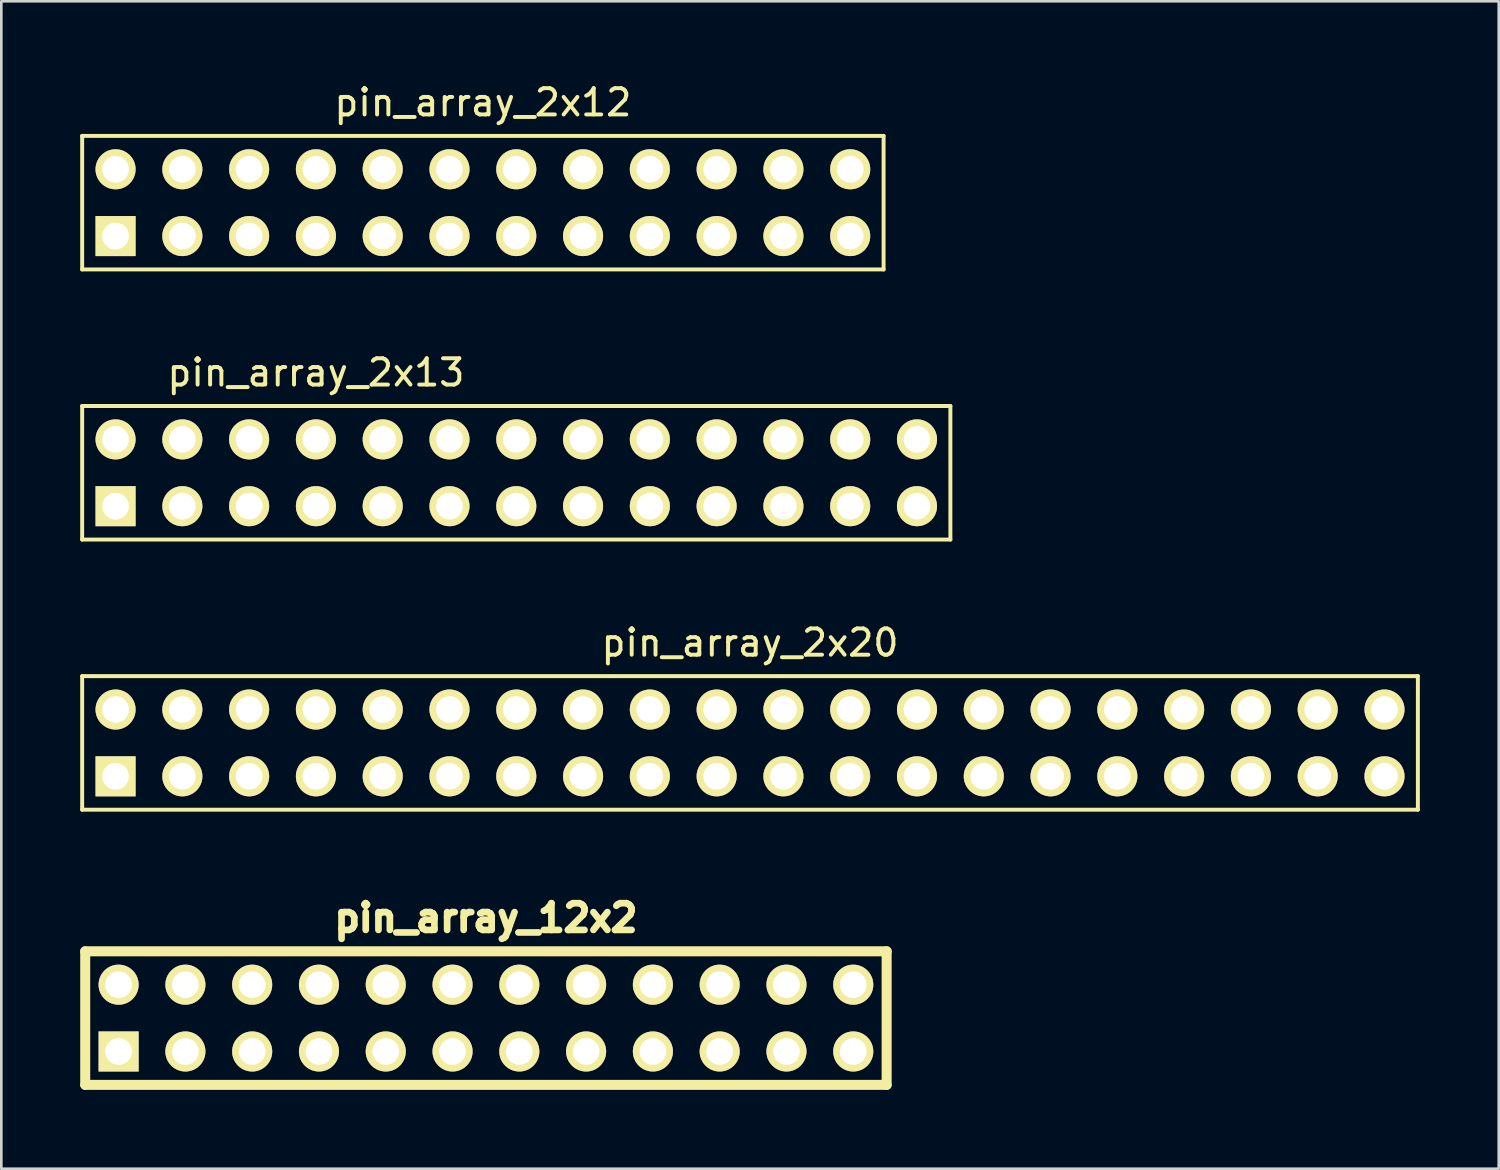
<source format=kicad_pcb>
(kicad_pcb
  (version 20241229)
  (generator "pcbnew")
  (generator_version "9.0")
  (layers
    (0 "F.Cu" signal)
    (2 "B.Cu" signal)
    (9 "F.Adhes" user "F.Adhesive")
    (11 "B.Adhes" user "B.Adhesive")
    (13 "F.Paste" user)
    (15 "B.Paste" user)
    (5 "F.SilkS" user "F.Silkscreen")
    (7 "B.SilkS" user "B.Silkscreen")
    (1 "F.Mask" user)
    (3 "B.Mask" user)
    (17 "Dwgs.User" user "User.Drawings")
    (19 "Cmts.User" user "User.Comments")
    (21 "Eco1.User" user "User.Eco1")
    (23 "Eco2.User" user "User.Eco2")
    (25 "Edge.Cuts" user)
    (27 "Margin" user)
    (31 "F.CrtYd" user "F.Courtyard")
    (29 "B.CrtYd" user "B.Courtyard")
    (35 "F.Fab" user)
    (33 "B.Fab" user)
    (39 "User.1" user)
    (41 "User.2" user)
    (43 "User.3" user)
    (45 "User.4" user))
  (footprint "pin_array_12x2"
    (layer "F.Cu")
    (at 15.431 35.67)
    (property "Reference" "pin_array_12x2" (at 0 -3.81 0) (layer "F.SilkS") (effects (font (size 1.016 1.016) (thickness 0.274))))
    (attr through_hole)
    (fp_line (start -15.24 -2.54) (end -15.24 2.54) (stroke (width 0.381) (type solid)) (layer "F.SilkS"))
    (fp_line (start -15.24 2.54) (end 15.24 2.54) (stroke (width 0.381) (type solid)) (layer "F.SilkS"))
    (fp_line (start 15.24 -2.54) (end -15.24 -2.54) (stroke (width 0.381) (type solid)) (layer "F.SilkS"))
    (fp_line (start 15.24 2.54) (end 15.24 -2.54) (stroke (width 0.381) (type solid)) (layer "F.SilkS"))
    (pad "1" thru_hole rect (at -13.97 1.27) (size 1.524 1.524) (drill 1.016) (layers "*.Cu" "*.Mask" "F.SilkS"))
    (pad "2" thru_hole circle (at -13.97 -1.27) (size 1.524 1.524) (drill 1.016) (layers "*.Cu" "*.Mask" "F.SilkS"))
    (pad "3" thru_hole circle (at -11.43 1.27) (size 1.524 1.524) (drill 1.016) (layers "*.Cu" "*.Mask" "F.SilkS"))
    (pad "4" thru_hole circle (at -11.43 -1.27) (size 1.524 1.524) (drill 1.016) (layers "*.Cu" "*.Mask" "F.SilkS"))
    (pad "5" thru_hole circle (at -8.89 1.27) (size 1.524 1.524) (drill 1.016) (layers "*.Cu" "*.Mask" "F.SilkS"))
    (pad "6" thru_hole circle (at -8.89 -1.27) (size 1.524 1.524) (drill 1.016) (layers "*.Cu" "*.Mask" "F.SilkS"))
    (pad "7" thru_hole circle (at -6.35 1.27) (size 1.524 1.524) (drill 1.016) (layers "*.Cu" "*.Mask" "F.SilkS"))
    (pad "8" thru_hole circle (at -6.35 -1.27) (size 1.524 1.524) (drill 1.016) (layers "*.Cu" "*.Mask" "F.SilkS"))
    (pad "9" thru_hole circle (at -3.81 1.27) (size 1.524 1.524) (drill 1.016) (layers "*.Cu" "*.Mask" "F.SilkS"))
    (pad "10" thru_hole circle (at -3.81 -1.27) (size 1.524 1.524) (drill 1.016) (layers "*.Cu" "*.Mask" "F.SilkS"))
    (pad "11" thru_hole circle (at -1.27 1.27) (size 1.524 1.524) (drill 1.016) (layers "*.Cu" "*.Mask" "F.SilkS"))
    (pad "12" thru_hole circle (at -1.27 -1.27) (size 1.524 1.524) (drill 1.016) (layers "*.Cu" "*.Mask" "F.SilkS"))
    (pad "13" thru_hole circle (at 1.27 1.27) (size 1.524 1.524) (drill 1.016) (layers "*.Cu" "*.Mask" "F.SilkS"))
    (pad "14" thru_hole circle (at 1.27 -1.27) (size 1.524 1.524) (drill 1.016) (layers "*.Cu" "*.Mask" "F.SilkS"))
    (pad "15" thru_hole circle (at 3.81 1.27) (size 1.524 1.524) (drill 1.016) (layers "*.Cu" "*.Mask" "F.SilkS"))
    (pad "16" thru_hole circle (at 3.81 -1.27) (size 1.524 1.524) (drill 1.016) (layers "*.Cu" "*.Mask" "F.SilkS"))
    (pad "17" thru_hole circle (at 6.35 1.27) (size 1.524 1.524) (drill 1.016) (layers "*.Cu" "*.Mask" "F.SilkS"))
    (pad "18" thru_hole circle (at 6.35 -1.27) (size 1.524 1.524) (drill 1.016) (layers "*.Cu" "*.Mask" "F.SilkS"))
    (pad "19" thru_hole circle (at 8.89 1.27) (size 1.524 1.524) (drill 1.016) (layers "*.Cu" "*.Mask" "F.SilkS"))
    (pad "20" thru_hole circle (at 8.89 -1.27) (size 1.524 1.524) (drill 1.016) (layers "*.Cu" "*.Mask" "F.SilkS"))
    (pad "21" thru_hole circle (at 11.43 1.27) (size 1.524 1.524) (drill 1.016) (layers "*.Cu" "*.Mask" "F.SilkS"))
    (pad "22" thru_hole circle (at 11.43 -1.27) (size 1.524 1.524) (drill 1.016) (layers "*.Cu" "*.Mask" "F.SilkS"))
    (pad "23" thru_hole circle (at 13.97 1.27) (size 1.524 1.524) (drill 1.016) (layers "*.Cu" "*.Mask" "F.SilkS"))
    (pad "24" thru_hole circle (at 13.97 -1.27) (size 1.524 1.524) (drill 1.016) (layers "*.Cu" "*.Mask" "F.SilkS")))
  (footprint "pin_array_2x12"
    (layer "F.Cu")
    (at 15.315 4.658)
    (property "Reference" "pin_array_2x12" (at 0 -3.81 0) (layer "F.SilkS") (effects (font (size 1 1) (thickness 0.15))))
    (attr through_hole)
    (fp_line (start -15.24 -2.54) (end -15.24 2.54) (stroke (width 0.15) (type solid)) (layer "F.SilkS"))
    (fp_line (start -15.24 2.54) (end 15.24 2.54) (stroke (width 0.15) (type solid)) (layer "F.SilkS"))
    (fp_line (start 15.24 -2.54) (end -15.24 -2.54) (stroke (width 0.15) (type solid)) (layer "F.SilkS"))
    (fp_line (start 15.24 2.54) (end 15.24 -2.54) (stroke (width 0.15) (type solid)) (layer "F.SilkS"))
    (pad "1" thru_hole rect (at -13.97 1.27) (size 1.524 1.524) (drill 1.016) (layers "*.Cu" "*.Mask" "F.SilkS"))
    (pad "2" thru_hole circle (at -13.97 -1.27) (size 1.524 1.524) (drill 1.016) (layers "*.Cu" "*.Mask" "F.SilkS"))
    (pad "3" thru_hole circle (at -11.43 1.27) (size 1.524 1.524) (drill 1.016) (layers "*.Cu" "*.Mask" "F.SilkS"))
    (pad "4" thru_hole circle (at -11.43 -1.27) (size 1.524 1.524) (drill 1.016) (layers "*.Cu" "*.Mask" "F.SilkS"))
    (pad "5" thru_hole circle (at -8.89 1.27) (size 1.524 1.524) (drill 1.016) (layers "*.Cu" "*.Mask" "F.SilkS"))
    (pad "6" thru_hole circle (at -8.89 -1.27) (size 1.524 1.524) (drill 1.016) (layers "*.Cu" "*.Mask" "F.SilkS"))
    (pad "7" thru_hole circle (at -6.35 1.27) (size 1.524 1.524) (drill 1.016) (layers "*.Cu" "*.Mask" "F.SilkS"))
    (pad "8" thru_hole circle (at -6.35 -1.27) (size 1.524 1.524) (drill 1.016) (layers "*.Cu" "*.Mask" "F.SilkS"))
    (pad "9" thru_hole circle (at -3.81 1.27) (size 1.524 1.524) (drill 1.016) (layers "*.Cu" "*.Mask" "F.SilkS"))
    (pad "10" thru_hole circle (at -3.81 -1.27) (size 1.524 1.524) (drill 1.016) (layers "*.Cu" "*.Mask" "F.SilkS"))
    (pad "11" thru_hole circle (at -1.27 1.27) (size 1.524 1.524) (drill 1.016) (layers "*.Cu" "*.Mask" "F.SilkS"))
    (pad "12" thru_hole circle (at -1.27 -1.27) (size 1.524 1.524) (drill 1.016) (layers "*.Cu" "*.Mask" "F.SilkS"))
    (pad "13" thru_hole circle (at 1.27 1.27) (size 1.524 1.524) (drill 1.016) (layers "*.Cu" "*.Mask" "F.SilkS"))
    (pad "14" thru_hole circle (at 1.27 -1.27) (size 1.524 1.524) (drill 1.016) (layers "*.Cu" "*.Mask" "F.SilkS"))
    (pad "15" thru_hole circle (at 3.81 1.27) (size 1.524 1.524) (drill 1.016) (layers "*.Cu" "*.Mask" "F.SilkS"))
    (pad "16" thru_hole circle (at 3.81 -1.27) (size 1.524 1.524) (drill 1.016) (layers "*.Cu" "*.Mask" "F.SilkS"))
    (pad "17" thru_hole circle (at 6.35 1.27) (size 1.524 1.524) (drill 1.016) (layers "*.Cu" "*.Mask" "F.SilkS"))
    (pad "18" thru_hole circle (at 6.35 -1.27) (size 1.524 1.524) (drill 1.016) (layers "*.Cu" "*.Mask" "F.SilkS"))
    (pad "19" thru_hole circle (at 8.89 1.27) (size 1.524 1.524) (drill 1.016) (layers "*.Cu" "*.Mask" "F.SilkS"))
    (pad "20" thru_hole circle (at 8.89 -1.27) (size 1.524 1.524) (drill 1.016) (layers "*.Cu" "*.Mask" "F.SilkS"))
    (pad "21" thru_hole circle (at 11.43 1.27) (size 1.524 1.524) (drill 1.016) (layers "*.Cu" "*.Mask" "F.SilkS"))
    (pad "22" thru_hole circle (at 11.43 -1.27) (size 1.524 1.524) (drill 1.016) (layers "*.Cu" "*.Mask" "F.SilkS"))
    (pad "23" thru_hole circle (at 13.97 1.27) (size 1.524 1.524) (drill 1.016) (layers "*.Cu" "*.Mask" "F.SilkS"))
    (pad "24" thru_hole circle (at 13.97 -1.27) (size 1.524 1.524) (drill 1.016) (layers "*.Cu" "*.Mask" "F.SilkS")))
  (footprint "pin_array_2x20"
    (layer "F.Cu")
    (at 25.475 25.205)
    (property "Reference" "pin_array_2x20" (at 0 -3.81 0) (layer "F.SilkS") (effects (font (size 1 1) (thickness 0.15))))
    (attr through_hole)
    (fp_line (start -25.4 -2.54) (end -25.4 2.54) (stroke (width 0.15) (type solid)) (layer "F.SilkS"))
    (fp_line (start 25.4 -2.54) (end -25.4 -2.54) (stroke (width 0.15) (type solid)) (layer "F.SilkS"))
    (fp_line (start 25.4 -2.54) (end 25.4 2.54) (stroke (width 0.15) (type solid)) (layer "F.SilkS"))
    (fp_line (start 25.4 2.54) (end -25.4 2.54) (stroke (width 0.15) (type solid)) (layer "F.SilkS"))
    (pad "1" thru_hole rect (at -24.13 1.27) (size 1.524 1.524) (drill 1.016) (layers "*.Cu" "*.Mask" "F.SilkS"))
    (pad "2" thru_hole circle (at -24.13 -1.27) (size 1.524 1.524) (drill 1.016) (layers "*.Cu" "*.Mask" "F.SilkS"))
    (pad "3" thru_hole circle (at -21.59 1.27) (size 1.524 1.524) (drill 1.016) (layers "*.Cu" "*.Mask" "F.SilkS"))
    (pad "4" thru_hole circle (at -21.59 -1.27) (size 1.524 1.524) (drill 1.016) (layers "*.Cu" "*.Mask" "F.SilkS"))
    (pad "5" thru_hole circle (at -19.05 1.27) (size 1.524 1.524) (drill 1.016) (layers "*.Cu" "*.Mask" "F.SilkS"))
    (pad "6" thru_hole circle (at -19.05 -1.27) (size 1.524 1.524) (drill 1.016) (layers "*.Cu" "*.Mask" "F.SilkS"))
    (pad "7" thru_hole circle (at -16.51 1.27) (size 1.524 1.524) (drill 1.016) (layers "*.Cu" "*.Mask" "F.SilkS"))
    (pad "8" thru_hole circle (at -16.51 -1.27) (size 1.524 1.524) (drill 1.016) (layers "*.Cu" "*.Mask" "F.SilkS"))
    (pad "9" thru_hole circle (at -13.97 1.27) (size 1.524 1.524) (drill 1.016) (layers "*.Cu" "*.Mask" "F.SilkS"))
    (pad "10" thru_hole circle (at -13.97 -1.27) (size 1.524 1.524) (drill 1.016) (layers "*.Cu" "*.Mask" "F.SilkS"))
    (pad "11" thru_hole circle (at -11.43 1.27) (size 1.524 1.524) (drill 1.016) (layers "*.Cu" "*.Mask" "F.SilkS"))
    (pad "12" thru_hole circle (at -11.43 -1.27) (size 1.524 1.524) (drill 1.016) (layers "*.Cu" "*.Mask" "F.SilkS"))
    (pad "13" thru_hole circle (at -8.89 1.27) (size 1.524 1.524) (drill 1.016) (layers "*.Cu" "*.Mask" "F.SilkS"))
    (pad "14" thru_hole circle (at -8.89 -1.27) (size 1.524 1.524) (drill 1.016) (layers "*.Cu" "*.Mask" "F.SilkS"))
    (pad "15" thru_hole circle (at -6.35 1.27) (size 1.524 1.524) (drill 1.016) (layers "*.Cu" "*.Mask" "F.SilkS"))
    (pad "16" thru_hole circle (at -6.35 -1.27) (size 1.524 1.524) (drill 1.016) (layers "*.Cu" "*.Mask" "F.SilkS"))
    (pad "17" thru_hole circle (at -3.81 1.27) (size 1.524 1.524) (drill 1.016) (layers "*.Cu" "*.Mask" "F.SilkS"))
    (pad "18" thru_hole circle (at -3.81 -1.27) (size 1.524 1.524) (drill 1.016) (layers "*.Cu" "*.Mask" "F.SilkS"))
    (pad "19" thru_hole circle (at -1.27 1.27) (size 1.524 1.524) (drill 1.016) (layers "*.Cu" "*.Mask" "F.SilkS"))
    (pad "20" thru_hole circle (at -1.27 -1.27) (size 1.524 1.524) (drill 1.016) (layers "*.Cu" "*.Mask" "F.SilkS"))
    (pad "21" thru_hole circle (at 1.27 1.27) (size 1.524 1.524) (drill 1.016) (layers "*.Cu" "*.Mask" "F.SilkS"))
    (pad "22" thru_hole circle (at 1.27 -1.27) (size 1.524 1.524) (drill 1.016) (layers "*.Cu" "*.Mask" "F.SilkS"))
    (pad "23" thru_hole circle (at 3.81 1.27) (size 1.524 1.524) (drill 1.016) (layers "*.Cu" "*.Mask" "F.SilkS"))
    (pad "24" thru_hole circle (at 3.81 -1.27) (size 1.524 1.524) (drill 1.016) (layers "*.Cu" "*.Mask" "F.SilkS"))
    (pad "25" thru_hole circle (at 6.35 1.27) (size 1.524 1.524) (drill 1.016) (layers "*.Cu" "*.Mask" "F.SilkS"))
    (pad "26" thru_hole circle (at 6.35 -1.27) (size 1.524 1.524) (drill 1.016) (layers "*.Cu" "*.Mask" "F.SilkS"))
    (pad "27" thru_hole circle (at 8.89 1.27) (size 1.524 1.524) (drill 1.016) (layers "*.Cu" "*.Mask" "F.SilkS"))
    (pad "28" thru_hole circle (at 8.89 -1.27) (size 1.524 1.524) (drill 1.016) (layers "*.Cu" "*.Mask" "F.SilkS"))
    (pad "29" thru_hole circle (at 11.43 1.27) (size 1.524 1.524) (drill 1.016) (layers "*.Cu" "*.Mask" "F.SilkS"))
    (pad "30" thru_hole circle (at 11.43 -1.27) (size 1.524 1.524) (drill 1.016) (layers "*.Cu" "*.Mask" "F.SilkS"))
    (pad "31" thru_hole circle (at 13.97 1.27) (size 1.524 1.524) (drill 1.016) (layers "*.Cu" "*.Mask" "F.SilkS"))
    (pad "32" thru_hole circle (at 13.97 -1.27) (size 1.524 1.524) (drill 1.016) (layers "*.Cu" "*.Mask" "F.SilkS"))
    (pad "33" thru_hole circle (at 16.51 1.27) (size 1.524 1.524) (drill 1.016) (layers "*.Cu" "*.Mask" "F.SilkS"))
    (pad "34" thru_hole circle (at 16.51 -1.27) (size 1.524 1.524) (drill 1.016) (layers "*.Cu" "*.Mask" "F.SilkS"))
    (pad "35" thru_hole circle (at 19.05 1.27) (size 1.524 1.524) (drill 1.016) (layers "*.Cu" "*.Mask" "F.SilkS"))
    (pad "36" thru_hole circle (at 19.05 -1.27) (size 1.524 1.524) (drill 1.016) (layers "*.Cu" "*.Mask" "F.SilkS"))
    (pad "37" thru_hole circle (at 21.59 1.27) (size 1.524 1.524) (drill 1.016) (layers "*.Cu" "*.Mask" "F.SilkS"))
    (pad "38" thru_hole circle (at 21.59 -1.27) (size 1.524 1.524) (drill 1.016) (layers "*.Cu" "*.Mask" "F.SilkS"))
    (pad "39" thru_hole circle (at 24.13 1.27) (size 1.524 1.524) (drill 1.016) (layers "*.Cu" "*.Mask" "F.SilkS"))
    (pad "40" thru_hole circle (at 24.13 -1.27) (size 1.524 1.524) (drill 1.016) (layers "*.Cu" "*.Mask" "F.SilkS")))
  (footprint "pin_array_2x13"
    (layer "F.Cu")
    (at 16.585 14.931)
    (property "Reference" "pin_array_2x13" (at -7.62 -3.81 0) (layer "F.SilkS") (effects (font (size 1 1) (thickness 0.15))))
    (attr through_hole)
    (fp_line (start -16.51 -2.54) (end -16.51 2.54) (stroke (width 0.15) (type solid)) (layer "F.SilkS"))
    (fp_line (start -16.51 2.54) (end 16.51 2.54) (stroke (width 0.15) (type solid)) (layer "F.SilkS"))
    (fp_line (start 16.51 -2.54) (end -16.51 -2.54) (stroke (width 0.15) (type solid)) (layer "F.SilkS"))
    (fp_line (start 16.51 2.54) (end 16.51 -2.54) (stroke (width 0.15) (type solid)) (layer "F.SilkS"))
    (pad "1" thru_hole rect (at -15.24 1.27) (size 1.524 1.524) (drill 1.016) (layers "*.Cu" "*.Mask" "F.SilkS"))
    (pad "2" thru_hole circle (at -15.24 -1.27) (size 1.524 1.524) (drill 1.016) (layers "*.Cu" "*.Mask" "F.SilkS"))
    (pad "3" thru_hole circle (at -12.7 1.27) (size 1.524 1.524) (drill 1.016) (layers "*.Cu" "*.Mask" "F.SilkS"))
    (pad "4" thru_hole circle (at -12.7 -1.27) (size 1.524 1.524) (drill 1.016) (layers "*.Cu" "*.Mask" "F.SilkS"))
    (pad "5" thru_hole circle (at -10.16 1.27) (size 1.524 1.524) (drill 1.016) (layers "*.Cu" "*.Mask" "F.SilkS"))
    (pad "6" thru_hole circle (at -10.16 -1.27) (size 1.524 1.524) (drill 1.016) (layers "*.Cu" "*.Mask" "F.SilkS"))
    (pad "7" thru_hole circle (at -7.62 1.27) (size 1.524 1.524) (drill 1.016) (layers "*.Cu" "*.Mask" "F.SilkS"))
    (pad "8" thru_hole circle (at -7.62 -1.27) (size 1.524 1.524) (drill 1.016) (layers "*.Cu" "*.Mask" "F.SilkS"))
    (pad "9" thru_hole circle (at -5.08 1.27) (size 1.524 1.524) (drill 1.016) (layers "*.Cu" "*.Mask" "F.SilkS"))
    (pad "10" thru_hole circle (at -5.08 -1.27) (size 1.524 1.524) (drill 1.016) (layers "*.Cu" "*.Mask" "F.SilkS"))
    (pad "11" thru_hole circle (at -2.54 1.27) (size 1.524 1.524) (drill 1.016) (layers "*.Cu" "*.Mask" "F.SilkS"))
    (pad "12" thru_hole circle (at -2.54 -1.27) (size 1.524 1.524) (drill 1.016) (layers "*.Cu" "*.Mask" "F.SilkS"))
    (pad "13" thru_hole circle (at 0 1.27) (size 1.524 1.524) (drill 1.016) (layers "*.Cu" "*.Mask" "F.SilkS"))
    (pad "14" thru_hole circle (at 0 -1.27) (size 1.524 1.524) (drill 1.016) (layers "*.Cu" "*.Mask" "F.SilkS"))
    (pad "15" thru_hole circle (at 2.54 1.27) (size 1.524 1.524) (drill 1.016) (layers "*.Cu" "*.Mask" "F.SilkS"))
    (pad "16" thru_hole circle (at 2.54 -1.27) (size 1.524 1.524) (drill 1.016) (layers "*.Cu" "*.Mask" "F.SilkS"))
    (pad "17" thru_hole circle (at 5.08 1.27) (size 1.524 1.524) (drill 1.016) (layers "*.Cu" "*.Mask" "F.SilkS"))
    (pad "18" thru_hole circle (at 5.08 -1.27) (size 1.524 1.524) (drill 1.016) (layers "*.Cu" "*.Mask" "F.SilkS"))
    (pad "19" thru_hole circle (at 7.62 1.27) (size 1.524 1.524) (drill 1.016) (layers "*.Cu" "*.Mask" "F.SilkS"))
    (pad "20" thru_hole circle (at 7.62 -1.27) (size 1.524 1.524) (drill 1.016) (layers "*.Cu" "*.Mask" "F.SilkS"))
    (pad "21" thru_hole circle (at 10.16 1.27) (size 1.524 1.524) (drill 1.016) (layers "*.Cu" "*.Mask" "F.SilkS"))
    (pad "22" thru_hole circle (at 10.16 -1.27) (size 1.524 1.524) (drill 1.016) (layers "*.Cu" "*.Mask" "F.SilkS"))
    (pad "23" thru_hole circle (at 12.7 1.27) (size 1.524 1.524) (drill 1.016) (layers "*.Cu" "*.Mask" "F.SilkS"))
    (pad "24" thru_hole circle (at 12.7 -1.27) (size 1.524 1.524) (drill 1.016) (layers "*.Cu" "*.Mask" "F.SilkS"))
    (pad "25" thru_hole circle (at 15.24 1.27) (size 1.524 1.524) (drill 1.016) (layers "*.Cu" "*.Mask" "F.SilkS"))
    (pad "26" thru_hole circle (at 15.24 -1.27) (size 1.524 1.524) (drill 1.016) (layers "*.Cu" "*.Mask" "F.SilkS")))
  (gr_rect
    (start -3 -3)
    (end 53.95 41.4)
    (stroke (width 0.1) (type default))
    (fill no)
    (layer "Edge.Cuts")))
</source>
